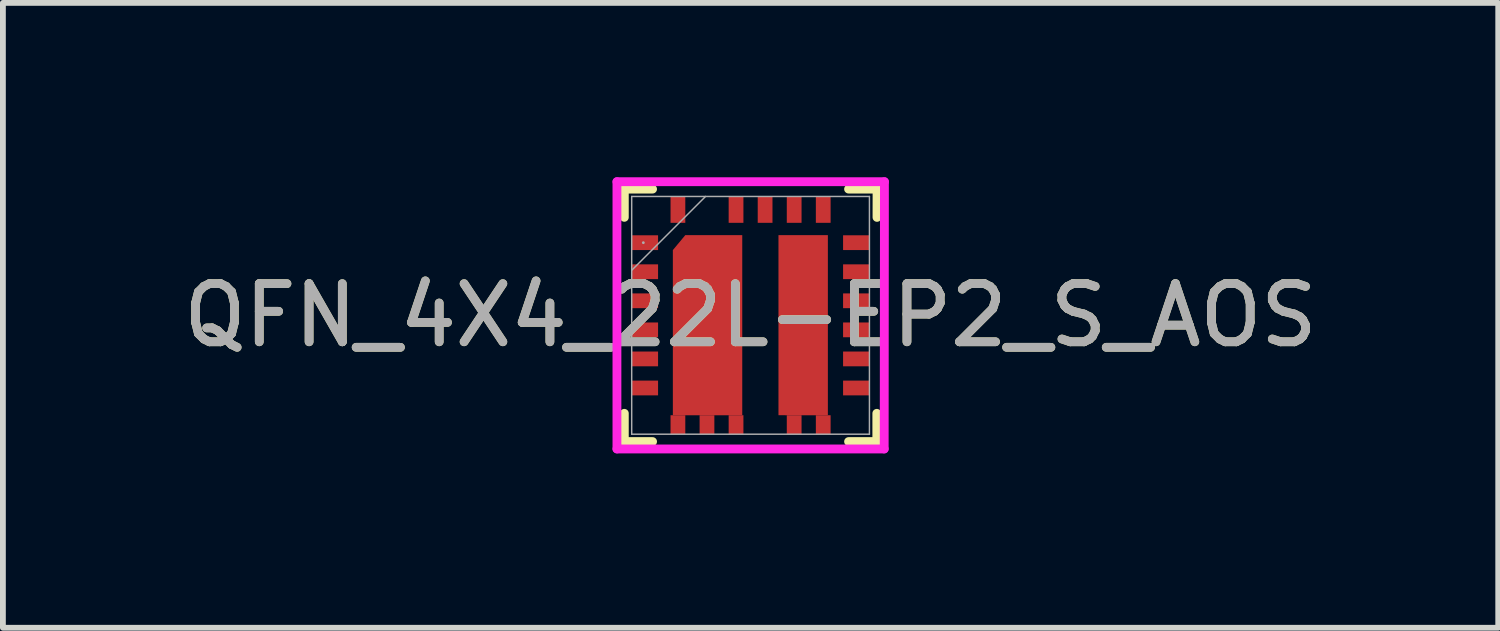
<source format=kicad_pcb>
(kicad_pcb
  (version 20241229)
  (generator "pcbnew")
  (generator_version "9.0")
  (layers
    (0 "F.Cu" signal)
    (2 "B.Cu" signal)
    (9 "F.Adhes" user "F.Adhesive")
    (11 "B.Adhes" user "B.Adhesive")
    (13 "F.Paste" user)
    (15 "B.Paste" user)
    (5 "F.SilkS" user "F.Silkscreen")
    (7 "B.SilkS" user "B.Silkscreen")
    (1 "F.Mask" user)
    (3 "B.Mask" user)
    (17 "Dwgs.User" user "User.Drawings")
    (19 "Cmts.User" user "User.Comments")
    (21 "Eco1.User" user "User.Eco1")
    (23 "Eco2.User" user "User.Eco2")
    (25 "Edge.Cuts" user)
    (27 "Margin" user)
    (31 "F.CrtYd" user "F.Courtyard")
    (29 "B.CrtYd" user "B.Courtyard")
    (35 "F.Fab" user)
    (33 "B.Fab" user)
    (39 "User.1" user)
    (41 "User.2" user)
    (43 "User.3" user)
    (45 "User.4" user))
  (footprint "QFN_4X4_22L-EP2_S_AOS"
    (layer "F.Cu")
    (at 9.863 2.375)
    (property "Reference" "QFN_4X4_22L-EP2_S_AOS" (at 0 0 0) (unlocked yes) (layer "F.SilkS") (effects (font (size 1 1) (thickness 0.15))))
    (attr smd)
    (fp_poly (pts (xy 0.48 -1.38) (xy 1.33 -1.38) (xy 1.33 1.718) (xy 1.377 1.719) (xy 0.623 1.719) (xy 0.48 1.718)) (stroke (width 0) (type solid)) (fill yes) (layer "F.Cu"))
    (fp_poly (pts (xy -1.377 1.719) (xy -0.123 1.719) (xy -0.143 1.718) (xy -0.143 -1.38) (xy -1.123 -1.38) (xy -1.337 -1.123) (xy -1.337 1.718)) (stroke (width 0) (type solid)) (fill yes) (layer "F.Cu"))
    (fp_poly (pts (xy 0.48 -1.38) (xy 1.33 -1.38) (xy 1.33 1.718) (xy 1.377 1.719) (xy 0.623 1.719) (xy 0.48 1.718)) (stroke (width 0) (type solid)) (fill yes) (layer "F.Mask"))
    (fp_poly (pts (xy -1.377 1.719) (xy -0.123 1.719) (xy -0.143 1.718) (xy -0.143 -1.38) (xy -1.123 -1.38) (xy -1.337 -1.123) (xy -1.337 1.718)) (stroke (width 0) (type solid)) (fill yes) (layer "F.Mask"))
    (fp_line (start -2.172 -2.172) (end -1.686 -2.172) (stroke (width 0.152) (type solid)) (layer "F.SilkS"))
    (fp_line (start -2.172 -1.686) (end -2.172 -2.172) (stroke (width 0.152) (type solid)) (layer "F.SilkS"))
    (fp_line (start -2.172 2.172) (end -2.172 1.686) (stroke (width 0.152) (type solid)) (layer "F.SilkS"))
    (fp_line (start -1.686 2.172) (end -2.172 2.172) (stroke (width 0.152) (type solid)) (layer "F.SilkS"))
    (fp_line (start 1.686 -2.172) (end 2.176 -2.172) (stroke (width 0.152) (type solid)) (layer "F.SilkS"))
    (fp_line (start 2.172 2.172) (end 1.686 2.172) (stroke (width 0.152) (type solid)) (layer "F.SilkS"))
    (fp_line (start 2.172 1.686) (end 2.172 2.172) (stroke (width 0.152) (type solid)) (layer "F.SilkS"))
    (fp_line (start 2.176 -2.172) (end 2.175 -1.685) (stroke (width 0.152) (type solid)) (layer "F.SilkS"))
    (fp_poly (pts (xy 0.48 -1.38) (xy 1.33 -1.38) (xy 1.33 1.718) (xy 1.377 1.719) (xy 0.623 1.719) (xy 0.48 1.718)) (stroke (width 0) (type solid)) (fill yes) (layer "F.Paste"))
    (fp_poly (pts (xy -1.377 1.719) (xy -0.123 1.719) (xy -0.143 1.718) (xy -0.143 -1.38) (xy -1.123 -1.38) (xy -1.337 -1.123) (xy -1.337 1.718)) (stroke (width 0) (type solid)) (fill yes) (layer "F.Paste"))
    (fp_line (start -2.299 -2.299) (end -2.299 2.299) (stroke (width 0.152) (type solid)) (layer "F.CrtYd"))
    (fp_line (start -2.299 2.299) (end 2.299 2.299) (stroke (width 0.152) (type solid)) (layer "F.CrtYd"))
    (fp_line (start 2.299 2.299) (end 2.303 -2.299) (stroke (width 0.152) (type solid)) (layer "F.CrtYd"))
    (fp_line (start 2.303 -2.299) (end -2.299 -2.299) (stroke (width 0.152) (type solid)) (layer "F.CrtYd"))
    (fp_line (start -2.045 -2.045) (end -2.045 2.045) (stroke (width 0.025) (type solid)) (layer "F.Fab"))
    (fp_line (start -2.045 -0.775) (end -0.775 -2.045) (stroke (width 0.025) (type solid)) (layer "F.Fab"))
    (fp_line (start -2.045 2.045) (end 2.045 2.045) (stroke (width 0.025) (type solid)) (layer "F.Fab"))
    (fp_line (start 2.045 -2.045) (end -2.045 -2.045) (stroke (width 0.025) (type solid)) (layer "F.Fab"))
    (fp_line (start 2.045 2.045) (end 2.045 -2.045) (stroke (width 0.025) (type solid)) (layer "F.Fab"))
    (fp_circle (center -1.845 -1.25) (end -1.845 -1.25) (stroke (width 0.025) (type solid)) (fill no) (layer "F.Fab"))
    (fp_text user "${REFERENCE}" (at 0 0 0) (unlocked yes) (layer "F.Fab") (effects (font (size 1 1) (thickness 0.15))))
    (pad "1" smd rect (at -1.82 -1.25) (size 0.457 0.254) (layers "F.Cu" "F.Mask" "F.Paste"))
    (pad "2" smd rect (at -1.82 -0.75) (size 0.457 0.254) (layers "F.Cu" "F.Mask" "F.Paste"))
    (pad "3" smd rect (at -1.82 -0.25) (size 0.457 0.254) (layers "F.Cu" "F.Mask" "F.Paste"))
    (pad "4" smd rect (at -1.82 0.25) (size 0.457 0.254) (layers "F.Cu" "F.Mask" "F.Paste"))
    (pad "5" smd rect (at -1.82 0.75) (size 0.457 0.254) (layers "F.Cu" "F.Mask" "F.Paste"))
    (pad "6" smd rect (at -1.82 1.25) (size 0.457 0.254) (layers "F.Cu" "F.Mask" "F.Paste"))
    (pad "7" smd rect (at -1.25 1.884 90) (size 0.33 0.254) (layers "F.Cu" "F.Mask" "F.Paste"))
    (pad "8" smd rect (at -0.75 1.884 90) (size 0.33 0.254) (layers "F.Cu" "F.Mask" "F.Paste"))
    (pad "9" smd rect (at -0.25 1.884 90) (size 0.33 0.254) (layers "F.Cu" "F.Mask" "F.Paste"))
    (pad "10" smd rect (at 0.75 1.884 90) (size 0.33 0.254) (layers "F.Cu" "F.Mask" "F.Paste"))
    (pad "11" smd rect (at 1.25 1.884 90) (size 0.33 0.254) (layers "F.Cu" "F.Mask" "F.Paste"))
    (pad "12" smd rect (at 1.82 1.25) (size 0.457 0.254) (layers "F.Cu" "F.Mask" "F.Paste"))
    (pad "13" smd rect (at 1.82 0.75) (size 0.457 0.254) (layers "F.Cu" "F.Mask" "F.Paste"))
    (pad "14" smd rect (at 1.82 0.25) (size 0.457 0.254) (layers "F.Cu" "F.Mask" "F.Paste"))
    (pad "15" smd rect (at 1.82 -0.25) (size 0.457 0.254) (layers "F.Cu" "F.Mask" "F.Paste"))
    (pad "16" smd rect (at 1.82 -0.75) (size 0.457 0.254) (layers "F.Cu" "F.Mask" "F.Paste"))
    (pad "17" smd rect (at 1.82 -1.25) (size 0.457 0.254) (layers "F.Cu" "F.Mask" "F.Paste"))
    (pad "18" smd rect (at 1.25 -1.82 90) (size 0.457 0.254) (layers "F.Cu" "F.Mask" "F.Paste"))
    (pad "19" smd rect (at 0.75 -1.82 90) (size 0.457 0.254) (layers "F.Cu" "F.Mask" "F.Paste"))
    (pad "20" smd rect (at 0.25 -1.82 90) (size 0.457 0.254) (layers "F.Cu" "F.Mask" "F.Paste"))
    (pad "21" smd rect (at -0.25 -1.82 90) (size 0.457 0.254) (layers "F.Cu" "F.Mask" "F.Paste"))
    (pad "22" smd rect (at -1.25 -1.82 90) (size 0.457 0.254) (layers "F.Cu" "F.Mask" "F.Paste")))
  (gr_rect
    (start -3 -3)
    (end 22.726 7.75)
    (stroke (width 0.1) (type default))
    (fill no)
    (layer "Edge.Cuts")))
</source>
